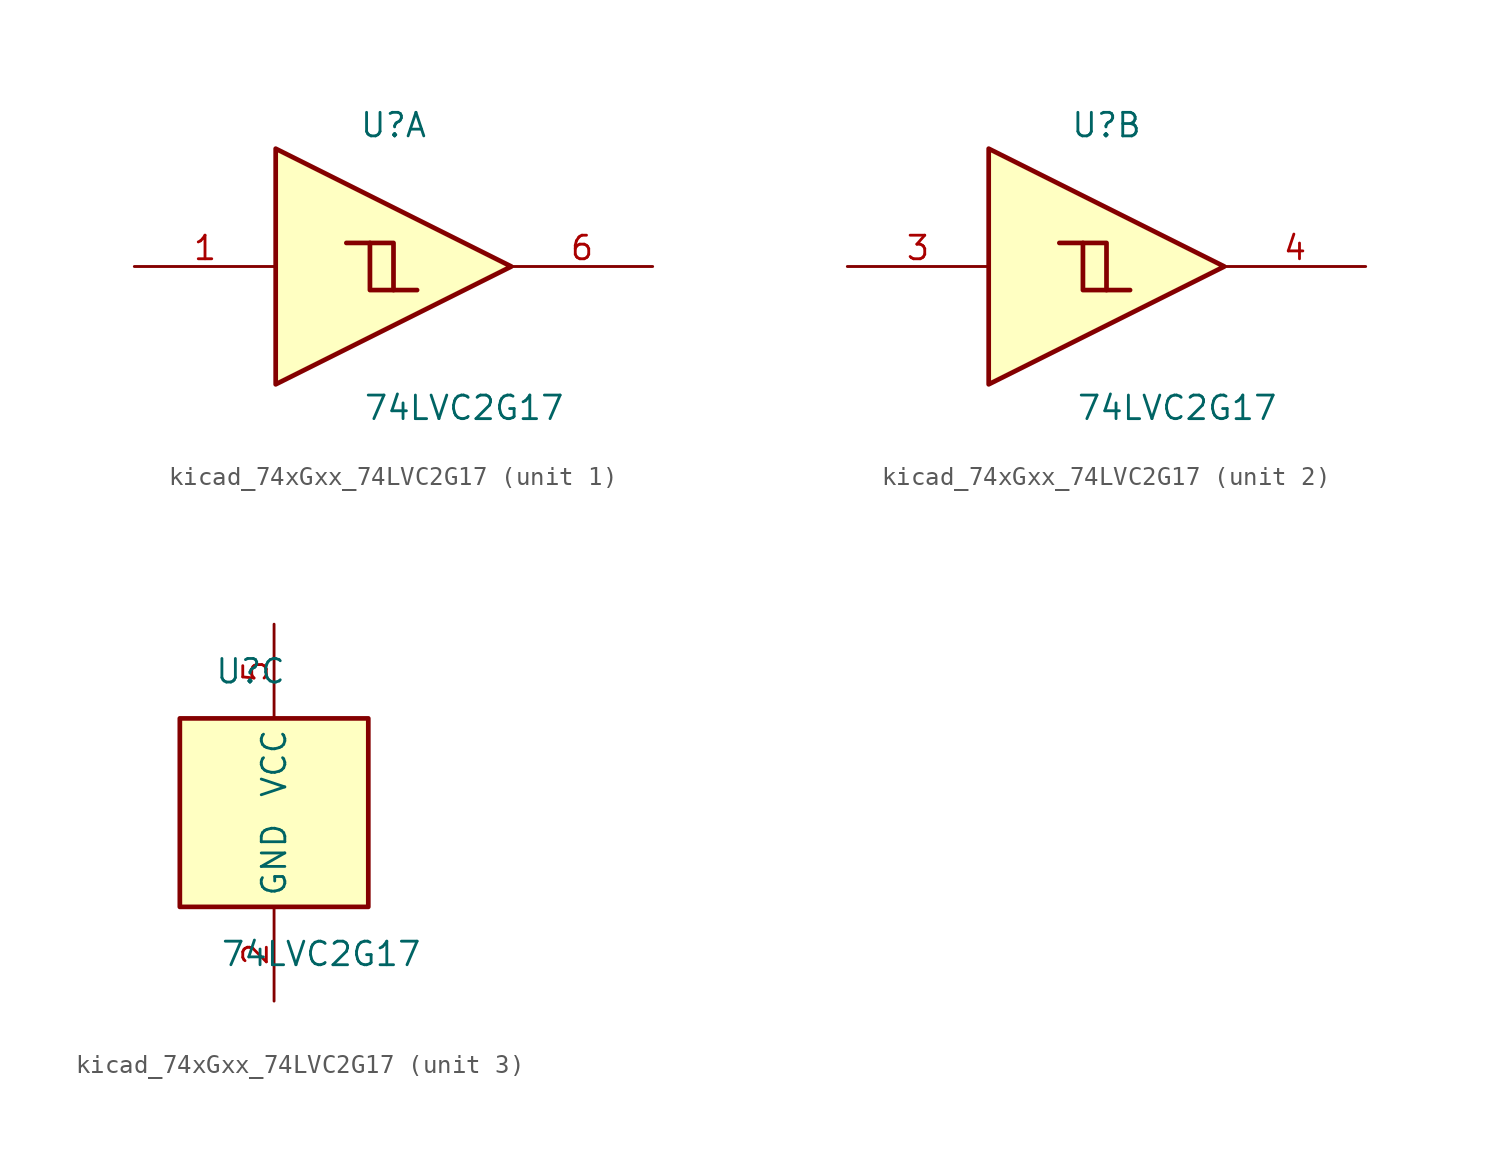
<source format=kicad_sym>
(kicad_symbol_lib
  (version 20220914)
  (generator kicad_symbol_editor)
  (symbol "kicad_74xGxx_74LVC2G17"
    (property "Reference" "U"
      (at -1.27 7.62 0)
      (effects (font (size 1.27 1.27))))
    (property "Value" "74LVC2G17"
      (at 2.54 -7.62 0)
      (effects (font (size 1.27 1.27))))
    (symbol "kicad_74xGxx_74LVC2G17_1_1"
      (polyline (pts (xy -2.54 1.27) (xy -1.27 1.27) (xy -1.27 -1.27)) (stroke (width 0.254) (type default)) (fill (type background)))
      (polyline (pts (xy -7.62 6.35) (xy -7.62 -6.35) (xy 5.08 0) (xy -7.62 6.35)) (stroke (width 0.254) (type default)) (fill (type background)))
      (polyline (pts (xy -3.81 1.27) (xy -2.54 1.27) (xy -2.54 -1.27) (xy 0 -1.27)) (stroke (width 0.254) (type default)) (fill (type background)))
      (pin input line (at -15.24 0 0) (length 7.62) (name "~" (effects (font (size 1.27 1.27)))) (number "1" (effects (font (size 1.27 1.27)))))
      (pin output line (at 12.7 0 180) (length 7.62) (name "~" (effects (font (size 1.27 1.27)))) (number "6" (effects (font (size 1.27 1.27))))))
    (symbol "kicad_74xGxx_74LVC2G17_2_1"
      (polyline (pts (xy -2.54 1.27) (xy -1.27 1.27) (xy -1.27 -1.27)) (stroke (width 0.254) (type default)) (fill (type background)))
      (polyline (pts (xy -7.62 6.35) (xy -7.62 -6.35) (xy 5.08 0) (xy -7.62 6.35)) (stroke (width 0.254) (type default)) (fill (type background)))
      (polyline (pts (xy -3.81 1.27) (xy -2.54 1.27) (xy -2.54 -1.27) (xy 0 -1.27)) (stroke (width 0.254) (type default)) (fill (type background)))
      (pin input line (at -15.24 0 0) (length 7.62) (name "~" (effects (font (size 1.27 1.27)))) (number "3" (effects (font (size 1.27 1.27)))))
      (pin output line (at 12.7 0 180) (length 7.62) (name "~" (effects (font (size 1.27 1.27)))) (number "4" (effects (font (size 1.27 1.27))))))
    (symbol "kicad_74xGxx_74LVC2G17_3_0"
      (rectangle (start -5.08 -5.08) (end 5.08 5.08) (stroke (width 0.254) (type default)) (fill (type background))))
    (symbol "kicad_74xGxx_74LVC2G17_3_1"
      (pin power_in line (at 0 -10.16 90) (length 5.08) (name "GND" (effects (font (size 1.27 1.27)))) (number "2" (effects (font (size 1.27 1.27)))))
      (pin power_in line (at 0 10.16 270) (length 5.08) (name "VCC" (effects (font (size 1.27 1.27)))) (number "5" (effects (font (size 1.27 1.27))))))))
</source>
